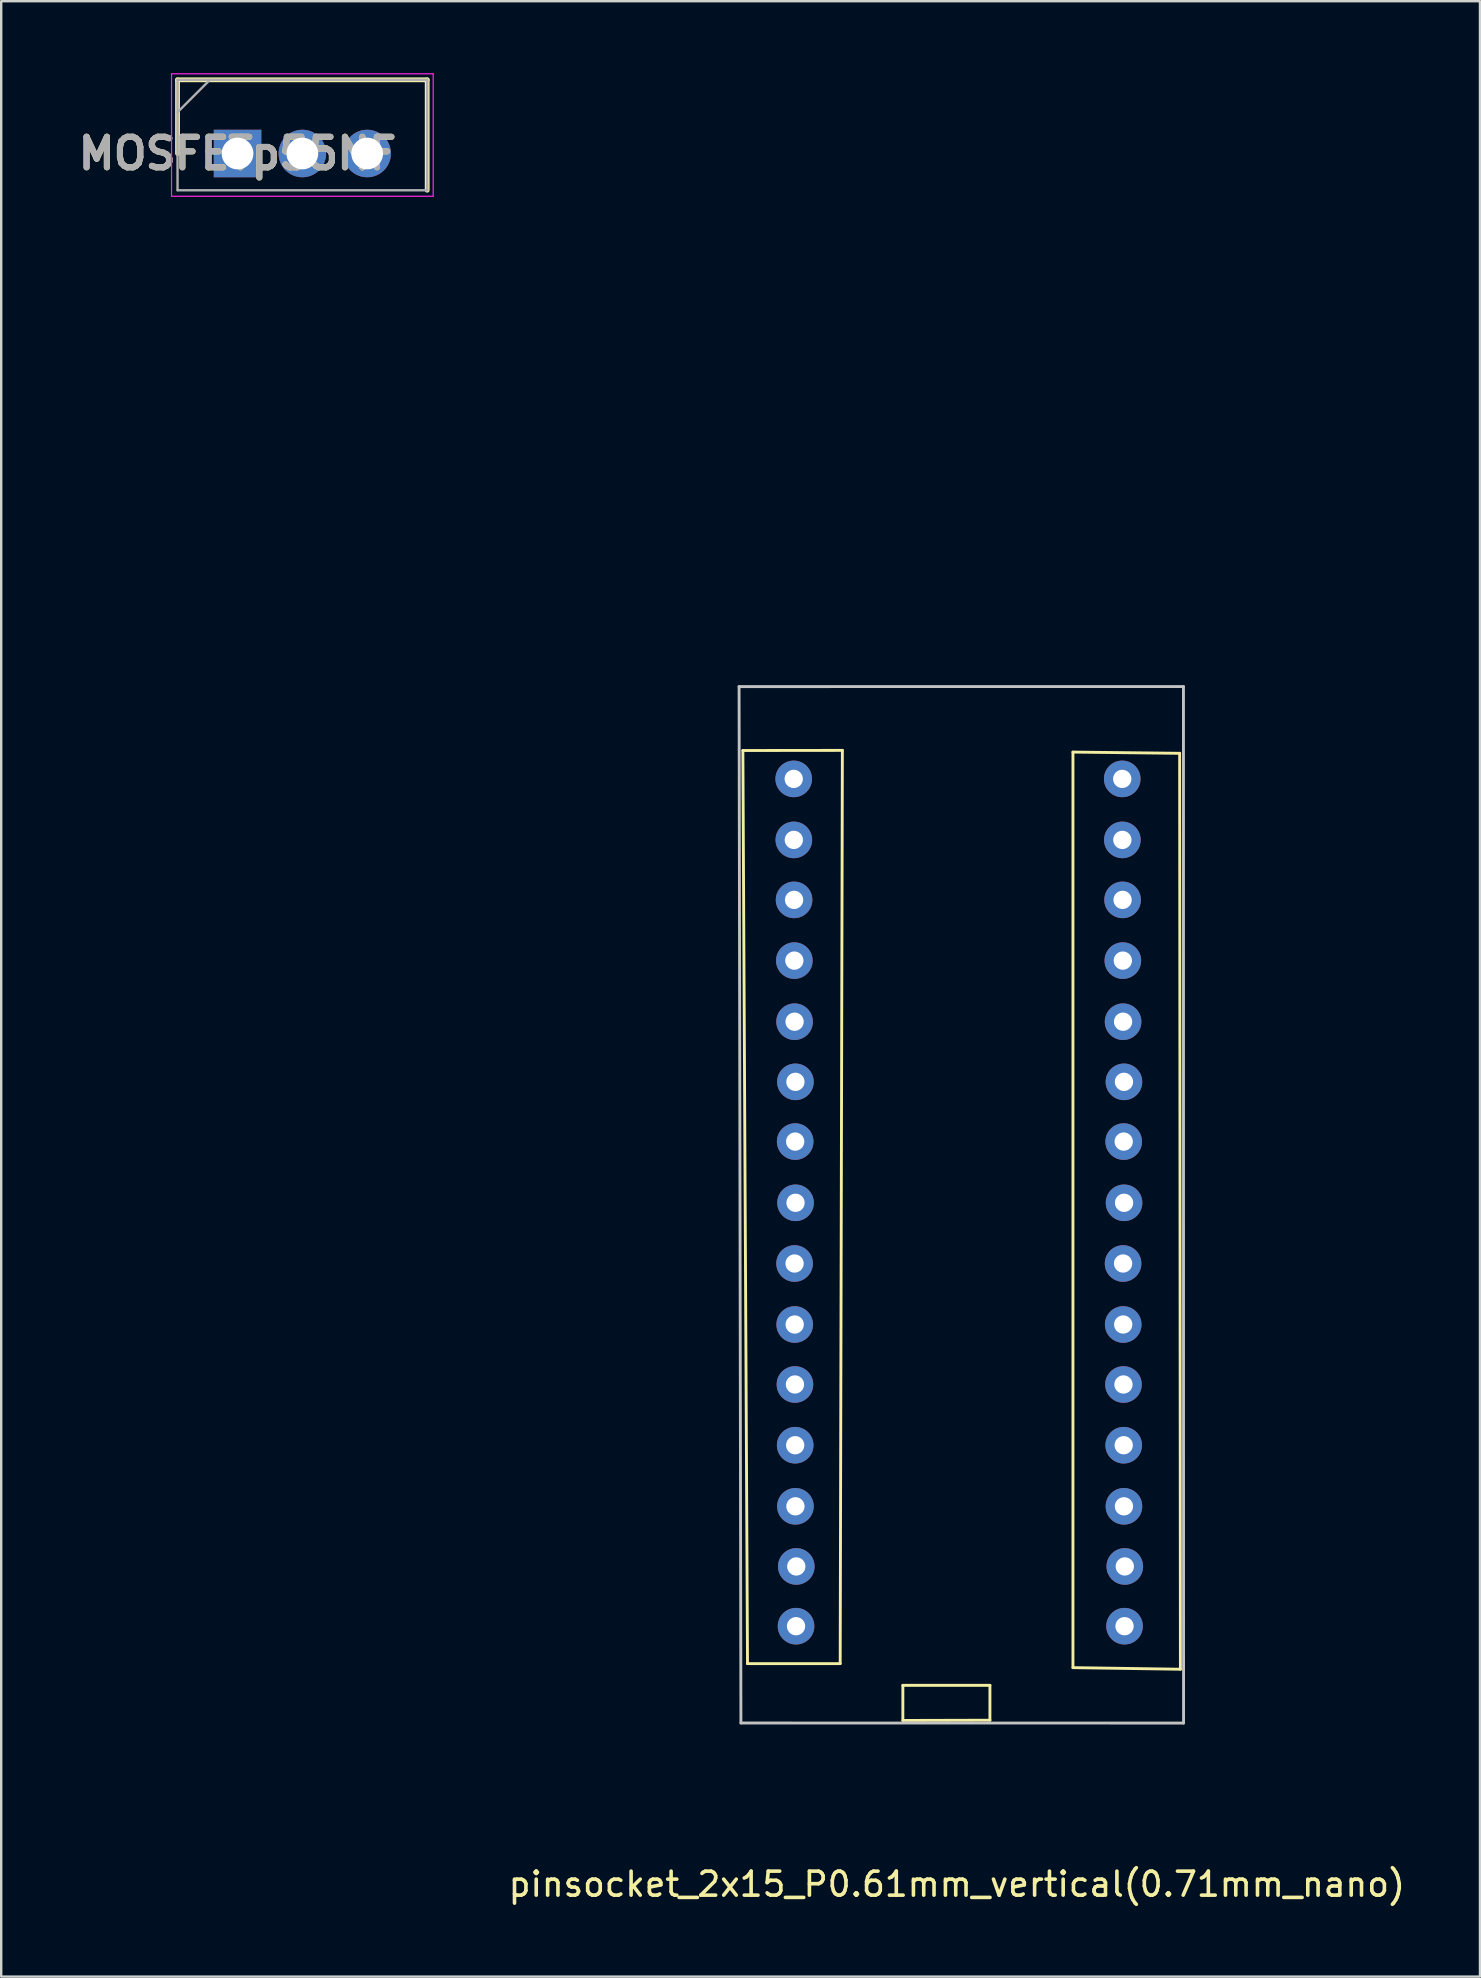
<source format=kicad_pcb>
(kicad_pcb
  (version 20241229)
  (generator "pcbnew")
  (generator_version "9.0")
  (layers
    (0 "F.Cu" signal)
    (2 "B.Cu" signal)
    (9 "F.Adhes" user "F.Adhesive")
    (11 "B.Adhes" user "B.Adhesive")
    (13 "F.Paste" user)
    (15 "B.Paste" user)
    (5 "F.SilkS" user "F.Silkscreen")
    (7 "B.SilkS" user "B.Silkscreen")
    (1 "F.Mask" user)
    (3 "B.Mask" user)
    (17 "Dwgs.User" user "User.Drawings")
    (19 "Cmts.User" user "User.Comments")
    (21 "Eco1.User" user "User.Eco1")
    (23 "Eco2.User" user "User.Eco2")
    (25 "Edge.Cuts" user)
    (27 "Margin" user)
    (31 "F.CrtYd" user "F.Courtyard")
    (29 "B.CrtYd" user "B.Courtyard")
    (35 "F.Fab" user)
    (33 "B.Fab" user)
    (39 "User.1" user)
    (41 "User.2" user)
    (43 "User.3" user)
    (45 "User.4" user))
  (footprint "pinsocket_2x15_P0.61mm_vertical(0.71mm_nano)"
    (layer "F.Cu")
    (at 34.191 0.25)
    (property "Reference" "pinsocket_2x15_P0.61mm_vertical(0.71mm_nano)" (at 2.621 75.194 0) (layer "F.SilkS") (effects (font (size 1 1) (thickness 0.15))))
    (attr through_hole)
    (fp_line (start -6.294 27.965) (end -2.149 27.96) (stroke (width 0.12) (type solid)) (layer "F.SilkS"))
    (fp_line (start -6.101 66.004) (end -6.294 27.965) (stroke (width 0.12) (type solid)) (layer "F.SilkS"))
    (fp_line (start -2.24 66.004) (end -6.101 66.004) (stroke (width 0.12) (type solid)) (layer "F.SilkS"))
    (fp_line (start -2.149 27.96) (end -2.24 66.004) (stroke (width 0.12) (type solid)) (layer "F.SilkS"))
    (fp_line (start 0.371 66.909) (end 0.371 68.372) (stroke (width 0.12) (type solid)) (layer "F.SilkS"))
    (fp_line (start 0.371 68.372) (end 3.998 68.362) (stroke (width 0.12) (type solid)) (layer "F.SilkS"))
    (fp_line (start 3.998 66.909) (end 0.371 66.909) (stroke (width 0.12) (type solid)) (layer "F.SilkS"))
    (fp_line (start 3.998 68.362) (end 3.998 66.909) (stroke (width 0.12) (type solid)) (layer "F.SilkS"))
    (fp_line (start 7.457 28.031) (end 7.457 66.172) (stroke (width 0.12) (type solid)) (layer "F.SilkS"))
    (fp_line (start 7.457 66.172) (end 11.933 66.238) (stroke (width 0.12) (type solid)) (layer "F.SilkS"))
    (fp_line (start 11.902 28.082) (end 7.457 28.031) (stroke (width 0.12) (type solid)) (layer "F.SilkS"))
    (fp_line (start 11.933 66.238) (end 11.902 28.082) (stroke (width 0.12) (type solid)) (layer "F.SilkS"))
    (fp_line (start -6.452 25.303) (end 12.06 25.301) (stroke (width 0.12) (type solid)) (layer "Dwgs.User"))
    (fp_line (start -6.375 68.478) (end -6.452 25.303) (stroke (width 0.12) (type solid)) (layer "Dwgs.User"))
    (fp_line (start 12.06 25.301) (end 12.065 68.481) (stroke (width 0.12) (type solid)) (layer "Dwgs.User"))
    (fp_line (start 12.065 68.481) (end -6.375 68.478) (stroke (width 0.12) (type solid)) (layer "Dwgs.User"))
    (pad "1" thru_hole circle (at -4.176 29.148) (size 1.524 1.524) (drill 0.762) (layers "*.Cu" "*.Mask"))
    (pad "2" thru_hole circle (at -4.171 31.689) (size 1.524 1.524) (drill 0.762) (layers "*.Cu" "*.Mask"))
    (pad "3" thru_hole circle (at -4.161 34.188) (size 1.524 1.524) (drill 0.762) (layers "*.Cu" "*.Mask"))
    (pad "4" thru_hole circle (at -4.15 36.718) (size 1.524 1.524) (drill 0.762) (layers "*.Cu" "*.Mask"))
    (pad "5" thru_hole circle (at -4.14 39.263) (size 1.524 1.524) (drill 0.762) (layers "*.Cu" "*.Mask"))
    (pad "6" thru_hole circle (at -4.105 41.768) (size 1.524 1.524) (drill 0.762) (layers "*.Cu" "*.Mask"))
    (pad "7" thru_hole circle (at -4.115 44.257) (size 1.524 1.524) (drill 0.762) (layers "*.Cu" "*.Mask"))
    (pad "8" thru_hole circle (at -4.1 46.807) (size 1.524 1.524) (drill 0.762) (layers "*.Cu" "*.Mask"))
    (pad "9" thru_hole circle (at -4.14 49.336) (size 1.524 1.524) (drill 0.762) (layers "*.Cu" "*.Mask"))
    (pad "10" thru_hole circle (at -4.135 51.877) (size 1.524 1.524) (drill 0.762) (layers "*.Cu" "*.Mask"))
    (pad "11" thru_hole circle (at -4.125 54.376) (size 1.524 1.524) (drill 0.762) (layers "*.Cu" "*.Mask"))
    (pad "12" thru_hole circle (at -4.115 56.906) (size 1.524 1.524) (drill 0.762) (layers "*.Cu" "*.Mask"))
    (pad "13" thru_hole circle (at -4.105 59.451) (size 1.524 1.524) (drill 0.762) (layers "*.Cu" "*.Mask"))
    (pad "14" thru_hole circle (at -4.069 61.956) (size 1.524 1.524) (drill 0.762) (layers "*.Cu" "*.Mask"))
    (pad "15" thru_hole circle (at -4.079 64.445) (size 1.524 1.524) (drill 0.762) (layers "*.Cu" "*.Mask"))
    (pad "16" thru_hole circle (at 9.606 64.445) (size 1.524 1.524) (drill 0.762) (layers "*.Cu" "*.Mask"))
    (pad "17" thru_hole circle (at 9.616 61.956) (size 1.524 1.524) (drill 0.762) (layers "*.Cu" "*.Mask"))
    (pad "18" thru_hole circle (at 9.581 59.451) (size 1.524 1.524) (drill 0.762) (layers "*.Cu" "*.Mask"))
    (pad "19" thru_hole circle (at 9.571 56.906) (size 1.524 1.524) (drill 0.762) (layers "*.Cu" "*.Mask"))
    (pad "20" thru_hole circle (at 9.561 54.376) (size 1.524 1.524) (drill 0.762) (layers "*.Cu" "*.Mask"))
    (pad "21" thru_hole circle (at 9.55 51.877) (size 1.524 1.524) (drill 0.762) (layers "*.Cu" "*.Mask"))
    (pad "22" thru_hole circle (at 9.545 49.336) (size 1.524 1.524) (drill 0.762) (layers "*.Cu" "*.Mask"))
    (pad "23" thru_hole circle (at 9.586 46.807) (size 1.524 1.524) (drill 0.762) (layers "*.Cu" "*.Mask"))
    (pad "24" thru_hole circle (at 9.571 44.257) (size 1.524 1.524) (drill 0.762) (layers "*.Cu" "*.Mask"))
    (pad "25" thru_hole circle (at 9.581 41.768) (size 1.524 1.524) (drill 0.762) (layers "*.Cu" "*.Mask"))
    (pad "26" thru_hole circle (at 9.545 39.263) (size 1.524 1.524) (drill 0.762) (layers "*.Cu" "*.Mask"))
    (pad "27" thru_hole circle (at 9.535 36.718) (size 1.524 1.524) (drill 0.762) (layers "*.Cu" "*.Mask"))
    (pad "28" thru_hole circle (at 9.525 34.188) (size 1.524 1.524) (drill 0.762) (layers "*.Cu" "*.Mask"))
    (pad "29" thru_hole circle (at 9.515 31.689) (size 1.524 1.524) (drill 0.762) (layers "*.Cu" "*.Mask"))
    (pad "30" thru_hole circle (at 9.51 29.148) (size 1.524 1.524) (drill 0.762) (layers "*.Cu" "*.Mask")))
  (footprint "MOSFETp55NF"
    (layer "F.Cu")
    (at 6.846 3.345)
    (property "Reference" "MOSFETp55NF" (at 0 0 0) (layer "F.SilkS") (effects (font (size 1.27 1.27) (thickness 0.254))))
    (attr through_hole)
    (fp_line (start -2.5 -3.07) (end -2.5 0) (stroke (width 0.2) (type solid)) (layer "F.SilkS"))
    (fp_line (start 7.9 -3.07) (end -2.5 -3.07) (stroke (width 0.2) (type solid)) (layer "F.SilkS"))
    (fp_line (start 7.9 1.53) (end 7.9 -3.07) (stroke (width 0.2) (type solid)) (layer "F.SilkS"))
    (fp_line (start -2.75 -3.32) (end 8.15 -3.32) (stroke (width 0.05) (type solid)) (layer "F.CrtYd"))
    (fp_line (start -2.75 1.78) (end -2.75 -3.32) (stroke (width 0.05) (type solid)) (layer "F.CrtYd"))
    (fp_line (start 8.15 -3.32) (end 8.15 1.78) (stroke (width 0.05) (type solid)) (layer "F.CrtYd"))
    (fp_line (start 8.15 1.78) (end -2.75 1.78) (stroke (width 0.05) (type solid)) (layer "F.CrtYd"))
    (fp_line (start -2.5 -3.07) (end 7.9 -3.07) (stroke (width 0.1) (type solid)) (layer "F.Fab"))
    (fp_line (start -2.5 -1.72) (end -1.15 -3.07) (stroke (width 0.1) (type solid)) (layer "F.Fab"))
    (fp_line (start -2.5 1.53) (end -2.5 -3.07) (stroke (width 0.1) (type solid)) (layer "F.Fab"))
    (fp_line (start 7.9 -3.07) (end 7.9 1.53) (stroke (width 0.1) (type solid)) (layer "F.Fab"))
    (fp_line (start 7.9 1.53) (end -2.5 1.53) (stroke (width 0.1) (type solid)) (layer "F.Fab"))
    (fp_text user "${REFERENCE}" (at 0 0 0) (layer "F.Fab") (effects (font (size 1.27 1.27) (thickness 0.254))))
    (pad "1" thru_hole rect (at 0 0) (size 1.98 1.98) (drill 1.32) (layers "*.Cu" "*.Mask"))
    (pad "2" thru_hole circle (at 2.7 0) (size 1.98 1.98) (drill 1.32) (layers "*.Cu" "*.Mask"))
    (pad "3" thru_hole circle (at 5.4 0) (size 1.98 1.98) (drill 1.32) (layers "*.Cu" "*.Mask")))
  (gr_rect
    (start -3 -3)
    (end 58.604 79.292)
    (stroke (width 0.1) (type default))
    (fill no)
    (layer "Edge.Cuts")))
</source>
